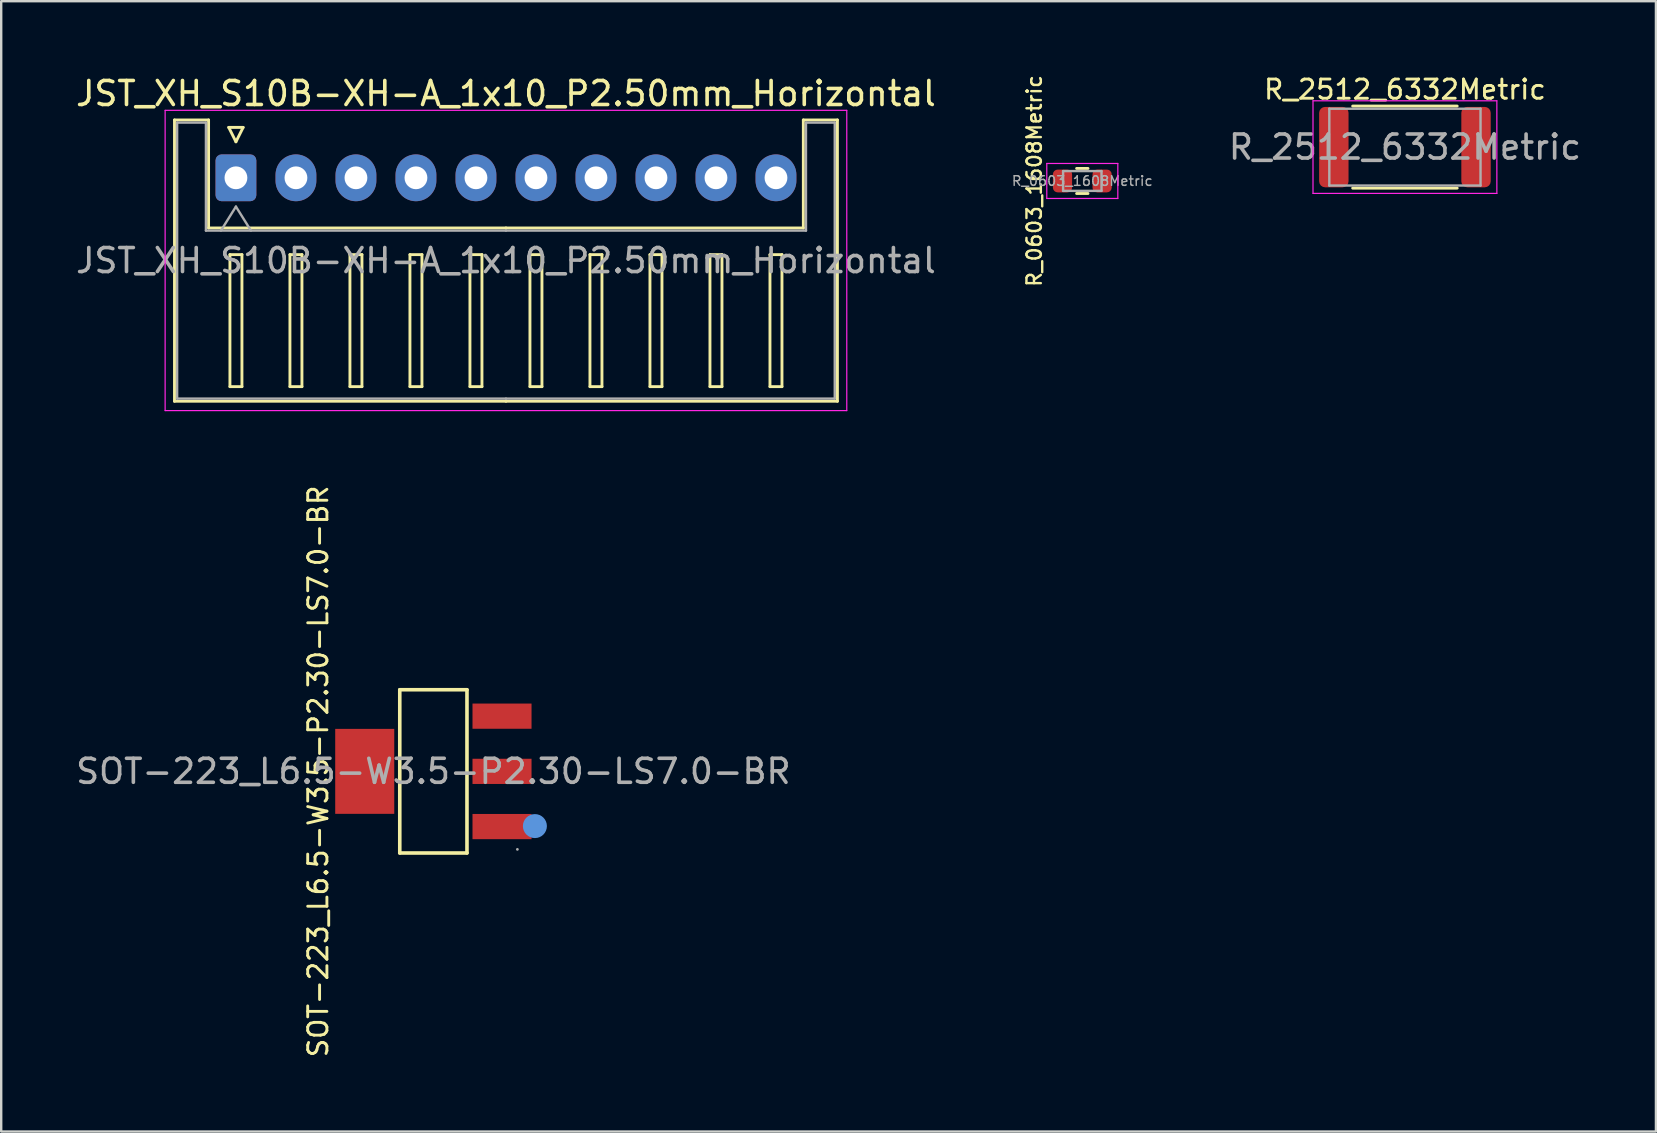
<source format=kicad_pcb>
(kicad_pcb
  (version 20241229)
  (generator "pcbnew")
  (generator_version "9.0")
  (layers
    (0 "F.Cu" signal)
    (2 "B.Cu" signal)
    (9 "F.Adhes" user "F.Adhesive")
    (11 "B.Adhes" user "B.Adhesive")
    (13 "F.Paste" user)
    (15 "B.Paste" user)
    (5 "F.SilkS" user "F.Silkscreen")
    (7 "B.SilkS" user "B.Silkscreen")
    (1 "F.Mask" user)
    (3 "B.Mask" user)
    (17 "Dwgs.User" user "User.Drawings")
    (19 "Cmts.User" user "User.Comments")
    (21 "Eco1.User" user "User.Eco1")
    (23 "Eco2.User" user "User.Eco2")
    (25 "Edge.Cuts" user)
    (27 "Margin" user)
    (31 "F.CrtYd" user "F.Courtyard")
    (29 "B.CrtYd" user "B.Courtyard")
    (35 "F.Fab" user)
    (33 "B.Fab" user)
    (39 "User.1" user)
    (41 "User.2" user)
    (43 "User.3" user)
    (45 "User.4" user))
  (footprint "SOT-223_L6.5-W3.5-P2.30-LS7.0-BR"
    (layer "F.Cu")
    (at 15.006 29.088)
    (property "Reference" "SOT-223_L6.5-W3.5-P2.30-LS7.0-BR" (at -4.8 0 90) (layer "F.SilkS") (effects (font (size 0.8 0.8) (thickness 0.12))))
    (attr smd)
    (fp_line (start -1.4 -3.4) (end 1.4 -3.4) (stroke (width 0.15) (type solid)) (layer "F.SilkS"))
    (fp_line (start -1.4 3.4) (end -1.4 -3.4) (stroke (width 0.15) (type solid)) (layer "F.SilkS"))
    (fp_line (start 1.4 -3.4) (end 1.4 3.4) (stroke (width 0.15) (type solid)) (layer "F.SilkS"))
    (fp_line (start 1.4 3.4) (end -1.4 3.4) (stroke (width 0.15) (type solid)) (layer "F.SilkS"))
    (fp_circle (center 4.23 2.28) (end 4.48 2.28) (stroke (width 0.5) (type solid)) (fill no) (layer "Cmts.User"))
    (fp_circle (center 3.5 3.25) (end 3.53 3.25) (stroke (width 0.06) (type solid)) (fill no) (layer "F.Fab"))
    (fp_text user "${REFERENCE}" (at 0 0 180) (layer "F.Fab") (effects (font (size 1 1) (thickness 0.15))))
    (pad "1" smd rect (at 2.86 2.3) (size 2.46 1.05) (layers "F.Cu" "F.Mask" "F.Paste"))
    (pad "2" smd rect (at 2.86 0) (size 2.46 1.05) (layers "F.Cu" "F.Mask" "F.Paste"))
    (pad "3" smd rect (at 2.86 -2.3) (size 2.46 1.05) (layers "F.Cu" "F.Mask" "F.Paste"))
    (pad "4" smd rect (at -2.86 0) (size 2.46 3.54) (layers "F.Cu" "F.Mask" "F.Paste")))
  (footprint "R_0603_1608Metric"
    (layer "F.Cu")
    (at 42.043 4.49)
    (property "Reference" "R_0603_1608Metric" (at -2 0 270) (layer "F.SilkS") (effects (font (size 0.6 0.6) (thickness 0.1))))
    (attr smd)
    (fp_line (start -0.237 -0.522) (end 0.237 -0.522) (stroke (width 0.12) (type solid)) (layer "F.SilkS"))
    (fp_line (start -0.237 0.522) (end 0.237 0.522) (stroke (width 0.12) (type solid)) (layer "F.SilkS"))
    (fp_line (start -1.48 -0.73) (end 1.48 -0.73) (stroke (width 0.05) (type solid)) (layer "F.CrtYd"))
    (fp_line (start -1.48 0.73) (end -1.48 -0.73) (stroke (width 0.05) (type solid)) (layer "F.CrtYd"))
    (fp_line (start 1.48 -0.73) (end 1.48 0.73) (stroke (width 0.05) (type solid)) (layer "F.CrtYd"))
    (fp_line (start 1.48 0.73) (end -1.48 0.73) (stroke (width 0.05) (type solid)) (layer "F.CrtYd"))
    (fp_line (start -0.8 -0.412) (end 0.8 -0.412) (stroke (width 0.1) (type solid)) (layer "F.Fab"))
    (fp_line (start -0.8 0.412) (end -0.8 -0.412) (stroke (width 0.1) (type solid)) (layer "F.Fab"))
    (fp_line (start 0.8 -0.412) (end 0.8 0.412) (stroke (width 0.1) (type solid)) (layer "F.Fab"))
    (fp_line (start 0.8 0.412) (end -0.8 0.412) (stroke (width 0.1) (type solid)) (layer "F.Fab"))
    (fp_text user "${REFERENCE}" (at 0 0 180) (layer "F.Fab") (effects (font (size 0.4 0.4) (thickness 0.06))))
    (pad "1" smd roundrect (at -0.825 0) (size 0.8 0.95) (layers "F.Cu" "F.Mask" "F.Paste") (roundrect_rratio 0.25))
    (pad "2" smd roundrect (at 0.825 0) (size 0.8 0.95) (layers "F.Cu" "F.Mask" "F.Paste") (roundrect_rratio 0.25)))
  (footprint "JST_XH_S10B-XH-A_1x10_P2.50mm_Horizontal"
    (layer "F.Cu")
    (at 6.78 4.358)
    (property "Reference" "JST_XH_S10B-XH-A_1x10_P2.50mm_Horizontal" (at 11.25 -3.51 0) (layer "F.SilkS") (effects (font (size 1 1) (thickness 0.15))))
    (attr through_hole)
    (fp_line (start -2.56 -2.41) (end -1.14 -2.41) (stroke (width 0.12) (type solid)) (layer "F.SilkS"))
    (fp_line (start -2.56 9.31) (end -2.56 -2.41) (stroke (width 0.12) (type solid)) (layer "F.SilkS"))
    (fp_line (start -1.14 -2.41) (end -1.14 2.09) (stroke (width 0.12) (type solid)) (layer "F.SilkS"))
    (fp_line (start -1.14 2.09) (end 11.25 2.09) (stroke (width 0.12) (type solid)) (layer "F.SilkS"))
    (fp_line (start -0.3 -2.1) (end 0.3 -2.1) (stroke (width 0.12) (type solid)) (layer "F.SilkS"))
    (fp_line (start -0.25 3.2) (end -0.25 8.7) (stroke (width 0.12) (type solid)) (layer "F.SilkS"))
    (fp_line (start -0.25 8.7) (end 0.25 8.7) (stroke (width 0.12) (type solid)) (layer "F.SilkS"))
    (fp_line (start 0 -1.5) (end -0.3 -2.1) (stroke (width 0.12) (type solid)) (layer "F.SilkS"))
    (fp_line (start 0.25 3.2) (end -0.25 3.2) (stroke (width 0.12) (type solid)) (layer "F.SilkS"))
    (fp_line (start 0.25 8.7) (end 0.25 3.2) (stroke (width 0.12) (type solid)) (layer "F.SilkS"))
    (fp_line (start 0.3 -2.1) (end 0 -1.5) (stroke (width 0.12) (type solid)) (layer "F.SilkS"))
    (fp_line (start 2.25 3.2) (end 2.25 8.7) (stroke (width 0.12) (type solid)) (layer "F.SilkS"))
    (fp_line (start 2.25 8.7) (end 2.75 8.7) (stroke (width 0.12) (type solid)) (layer "F.SilkS"))
    (fp_line (start 2.75 3.2) (end 2.25 3.2) (stroke (width 0.12) (type solid)) (layer "F.SilkS"))
    (fp_line (start 2.75 8.7) (end 2.75 3.2) (stroke (width 0.12) (type solid)) (layer "F.SilkS"))
    (fp_line (start 4.75 3.2) (end 4.75 8.7) (stroke (width 0.12) (type solid)) (layer "F.SilkS"))
    (fp_line (start 4.75 8.7) (end 5.25 8.7) (stroke (width 0.12) (type solid)) (layer "F.SilkS"))
    (fp_line (start 5.25 3.2) (end 4.75 3.2) (stroke (width 0.12) (type solid)) (layer "F.SilkS"))
    (fp_line (start 5.25 8.7) (end 5.25 3.2) (stroke (width 0.12) (type solid)) (layer "F.SilkS"))
    (fp_line (start 7.25 3.2) (end 7.25 8.7) (stroke (width 0.12) (type solid)) (layer "F.SilkS"))
    (fp_line (start 7.25 8.7) (end 7.75 8.7) (stroke (width 0.12) (type solid)) (layer "F.SilkS"))
    (fp_line (start 7.75 3.2) (end 7.25 3.2) (stroke (width 0.12) (type solid)) (layer "F.SilkS"))
    (fp_line (start 7.75 8.7) (end 7.75 3.2) (stroke (width 0.12) (type solid)) (layer "F.SilkS"))
    (fp_line (start 9.75 3.2) (end 9.75 8.7) (stroke (width 0.12) (type solid)) (layer "F.SilkS"))
    (fp_line (start 9.75 8.7) (end 10.25 8.7) (stroke (width 0.12) (type solid)) (layer "F.SilkS"))
    (fp_line (start 10.25 3.2) (end 9.75 3.2) (stroke (width 0.12) (type solid)) (layer "F.SilkS"))
    (fp_line (start 10.25 8.7) (end 10.25 3.2) (stroke (width 0.12) (type solid)) (layer "F.SilkS"))
    (fp_line (start 11.25 9.31) (end -2.56 9.31) (stroke (width 0.12) (type solid)) (layer "F.SilkS"))
    (fp_line (start 11.25 9.31) (end 25.06 9.31) (stroke (width 0.12) (type solid)) (layer "F.SilkS"))
    (fp_line (start 12.25 3.2) (end 12.25 8.7) (stroke (width 0.12) (type solid)) (layer "F.SilkS"))
    (fp_line (start 12.25 8.7) (end 12.75 8.7) (stroke (width 0.12) (type solid)) (layer "F.SilkS"))
    (fp_line (start 12.75 3.2) (end 12.25 3.2) (stroke (width 0.12) (type solid)) (layer "F.SilkS"))
    (fp_line (start 12.75 8.7) (end 12.75 3.2) (stroke (width 0.12) (type solid)) (layer "F.SilkS"))
    (fp_line (start 14.75 3.2) (end 14.75 8.7) (stroke (width 0.12) (type solid)) (layer "F.SilkS"))
    (fp_line (start 14.75 8.7) (end 15.25 8.7) (stroke (width 0.12) (type solid)) (layer "F.SilkS"))
    (fp_line (start 15.25 3.2) (end 14.75 3.2) (stroke (width 0.12) (type solid)) (layer "F.SilkS"))
    (fp_line (start 15.25 8.7) (end 15.25 3.2) (stroke (width 0.12) (type solid)) (layer "F.SilkS"))
    (fp_line (start 17.25 3.2) (end 17.25 8.7) (stroke (width 0.12) (type solid)) (layer "F.SilkS"))
    (fp_line (start 17.25 8.7) (end 17.75 8.7) (stroke (width 0.12) (type solid)) (layer "F.SilkS"))
    (fp_line (start 17.75 3.2) (end 17.25 3.2) (stroke (width 0.12) (type solid)) (layer "F.SilkS"))
    (fp_line (start 17.75 8.7) (end 17.75 3.2) (stroke (width 0.12) (type solid)) (layer "F.SilkS"))
    (fp_line (start 19.75 3.2) (end 19.75 8.7) (stroke (width 0.12) (type solid)) (layer "F.SilkS"))
    (fp_line (start 19.75 8.7) (end 20.25 8.7) (stroke (width 0.12) (type solid)) (layer "F.SilkS"))
    (fp_line (start 20.25 3.2) (end 19.75 3.2) (stroke (width 0.12) (type solid)) (layer "F.SilkS"))
    (fp_line (start 20.25 8.7) (end 20.25 3.2) (stroke (width 0.12) (type solid)) (layer "F.SilkS"))
    (fp_line (start 22.25 3.2) (end 22.25 8.7) (stroke (width 0.12) (type solid)) (layer "F.SilkS"))
    (fp_line (start 22.25 8.7) (end 22.75 8.7) (stroke (width 0.12) (type solid)) (layer "F.SilkS"))
    (fp_line (start 22.75 3.2) (end 22.25 3.2) (stroke (width 0.12) (type solid)) (layer "F.SilkS"))
    (fp_line (start 22.75 8.7) (end 22.75 3.2) (stroke (width 0.12) (type solid)) (layer "F.SilkS"))
    (fp_line (start 23.64 -2.41) (end 23.64 2.09) (stroke (width 0.12) (type solid)) (layer "F.SilkS"))
    (fp_line (start 23.64 2.09) (end 11.25 2.09) (stroke (width 0.12) (type solid)) (layer "F.SilkS"))
    (fp_line (start 25.06 -2.41) (end 23.64 -2.41) (stroke (width 0.12) (type solid)) (layer "F.SilkS"))
    (fp_line (start 25.06 9.31) (end 25.06 -2.41) (stroke (width 0.12) (type solid)) (layer "F.SilkS"))
    (fp_line (start -2.95 -2.81) (end -2.95 9.7) (stroke (width 0.05) (type solid)) (layer "F.CrtYd"))
    (fp_line (start -2.95 9.7) (end 25.45 9.7) (stroke (width 0.05) (type solid)) (layer "F.CrtYd"))
    (fp_line (start 25.45 -2.81) (end -2.95 -2.81) (stroke (width 0.05) (type solid)) (layer "F.CrtYd"))
    (fp_line (start 25.45 9.7) (end 25.45 -2.81) (stroke (width 0.05) (type solid)) (layer "F.CrtYd"))
    (fp_line (start -2.45 -2.3) (end -1.25 -2.3) (stroke (width 0.1) (type solid)) (layer "F.Fab"))
    (fp_line (start -2.45 9.2) (end -2.45 -2.3) (stroke (width 0.1) (type solid)) (layer "F.Fab"))
    (fp_line (start -1.25 -2.3) (end -1.25 2.2) (stroke (width 0.1) (type solid)) (layer "F.Fab"))
    (fp_line (start -1.25 2.2) (end 11.25 2.2) (stroke (width 0.1) (type solid)) (layer "F.Fab"))
    (fp_line (start -0.625 2.2) (end 0 1.2) (stroke (width 0.1) (type solid)) (layer "F.Fab"))
    (fp_line (start 0 1.2) (end 0.625 2.2) (stroke (width 0.1) (type solid)) (layer "F.Fab"))
    (fp_line (start 11.25 9.2) (end -2.45 9.2) (stroke (width 0.1) (type solid)) (layer "F.Fab"))
    (fp_line (start 11.25 9.2) (end 24.95 9.2) (stroke (width 0.1) (type solid)) (layer "F.Fab"))
    (fp_line (start 23.75 -2.3) (end 23.75 2.2) (stroke (width 0.1) (type solid)) (layer "F.Fab"))
    (fp_line (start 23.75 2.2) (end 11.25 2.2) (stroke (width 0.1) (type solid)) (layer "F.Fab"))
    (fp_line (start 24.95 -2.3) (end 23.75 -2.3) (stroke (width 0.1) (type solid)) (layer "F.Fab"))
    (fp_line (start 24.95 9.2) (end 24.95 -2.3) (stroke (width 0.1) (type solid)) (layer "F.Fab"))
    (fp_text user "${REFERENCE}" (at 11.25 3.45 0) (layer "F.Fab") (effects (font (size 1 1) (thickness 0.15))))
    (pad "1" thru_hole roundrect (at 0 0) (size 1.7 1.95) (drill 0.95) (layers "*.Cu" "*.Mask") (roundrect_rratio 0.147))
    (pad "2" thru_hole oval (at 2.5 0) (size 1.7 1.95) (drill 0.95) (layers "*.Cu" "*.Mask"))
    (pad "3" thru_hole oval (at 5 0) (size 1.7 1.95) (drill 0.95) (layers "*.Cu" "*.Mask"))
    (pad "4" thru_hole oval (at 7.5 0) (size 1.7 1.95) (drill 0.95) (layers "*.Cu" "*.Mask"))
    (pad "5" thru_hole oval (at 10 0) (size 1.7 1.95) (drill 0.95) (layers "*.Cu" "*.Mask"))
    (pad "6" thru_hole oval (at 12.5 0) (size 1.7 1.95) (drill 0.95) (layers "*.Cu" "*.Mask"))
    (pad "7" thru_hole oval (at 15 0) (size 1.7 1.95) (drill 0.95) (layers "*.Cu" "*.Mask"))
    (pad "8" thru_hole oval (at 17.5 0) (size 1.7 1.95) (drill 0.95) (layers "*.Cu" "*.Mask"))
    (pad "9" thru_hole oval (at 20 0) (size 1.7 1.95) (drill 0.95) (layers "*.Cu" "*.Mask"))
    (pad "10" thru_hole oval (at 22.5 0) (size 1.7 1.95) (drill 0.95) (layers "*.Cu" "*.Mask")))
  (footprint "R_2512_6332Metric"
    (layer "F.Cu")
    (at 55.485 3.079)
    (property "Reference" "R_2512_6332Metric" (at 0 -2.4 0) (layer "F.SilkS") (effects (font (size 0.8 0.8) (thickness 0.12))))
    (attr smd)
    (fp_line (start -2.177 -1.71) (end 2.177 -1.71) (stroke (width 0.12) (type solid)) (layer "F.SilkS"))
    (fp_line (start -2.177 1.71) (end 2.177 1.71) (stroke (width 0.12) (type solid)) (layer "F.SilkS"))
    (fp_line (start -3.83 -1.93) (end 3.83 -1.93) (stroke (width 0.05) (type solid)) (layer "F.CrtYd"))
    (fp_line (start -3.83 1.93) (end -3.83 -1.93) (stroke (width 0.05) (type solid)) (layer "F.CrtYd"))
    (fp_line (start 3.83 -1.93) (end 3.83 1.93) (stroke (width 0.05) (type solid)) (layer "F.CrtYd"))
    (fp_line (start 3.83 1.93) (end -3.83 1.93) (stroke (width 0.05) (type solid)) (layer "F.CrtYd"))
    (fp_line (start -3.15 -1.6) (end 3.15 -1.6) (stroke (width 0.1) (type solid)) (layer "F.Fab"))
    (fp_line (start -3.15 1.6) (end -3.15 -1.6) (stroke (width 0.1) (type solid)) (layer "F.Fab"))
    (fp_line (start 3.15 -1.6) (end 3.15 1.6) (stroke (width 0.1) (type solid)) (layer "F.Fab"))
    (fp_line (start 3.15 1.6) (end -3.15 1.6) (stroke (width 0.1) (type solid)) (layer "F.Fab"))
    (fp_text user "${REFERENCE}" (at 0 0 0) (layer "F.Fab") (effects (font (size 1 1) (thickness 0.15))))
    (pad "1" smd roundrect (at -2.962 0) (size 1.225 3.35) (layers "F.Cu" "F.Mask" "F.Paste") (roundrect_rratio 0.204))
    (pad "2" smd roundrect (at 2.962 0) (size 1.225 3.35) (layers "F.Cu" "F.Mask" "F.Paste") (roundrect_rratio 0.204)))
  (gr_rect
    (start -3 -3)
    (end 65.943 44.093)
    (stroke (width 0.1) (type default))
    (fill no)
    (layer "Edge.Cuts")))
</source>
